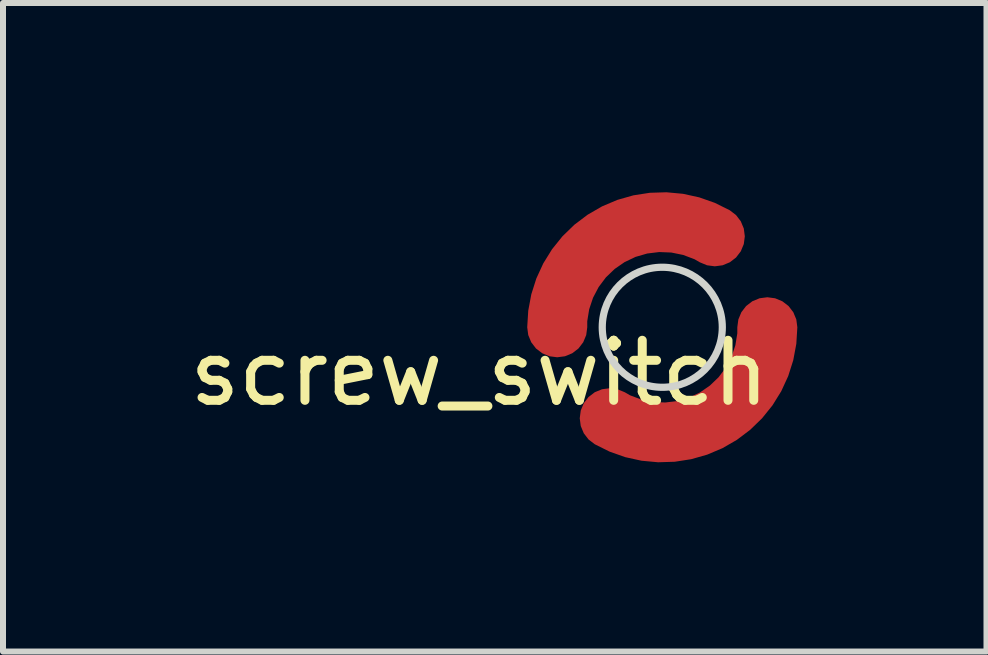
<source format=kicad_pcb>
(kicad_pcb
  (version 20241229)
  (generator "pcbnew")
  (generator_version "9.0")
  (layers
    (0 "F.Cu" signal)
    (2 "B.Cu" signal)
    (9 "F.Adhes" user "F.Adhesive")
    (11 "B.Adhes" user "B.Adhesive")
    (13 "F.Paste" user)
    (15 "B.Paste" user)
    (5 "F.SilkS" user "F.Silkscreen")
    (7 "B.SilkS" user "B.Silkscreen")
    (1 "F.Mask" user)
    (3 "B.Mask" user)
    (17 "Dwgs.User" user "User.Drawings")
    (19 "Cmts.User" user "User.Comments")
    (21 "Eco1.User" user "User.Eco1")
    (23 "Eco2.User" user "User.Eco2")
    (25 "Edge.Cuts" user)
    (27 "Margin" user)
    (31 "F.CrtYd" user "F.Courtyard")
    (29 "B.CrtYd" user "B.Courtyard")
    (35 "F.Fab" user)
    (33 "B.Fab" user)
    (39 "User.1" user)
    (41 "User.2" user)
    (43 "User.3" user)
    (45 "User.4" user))
  (footprint "screw_switch"
    (layer "F.Cu")
    (at 7.983 2.402)
    (property "Reference" "screw_switch" (at -3.048 0.762 0) (unlocked yes) (layer "F.SilkS") (effects (font (size 1 1) (thickness 0.15))))
    (fp_circle (center 0 0) (end 2.342 0) (stroke (width 0.12) (type solid)) (fill yes) (layer "F.Mask"))
    (fp_circle (center 0 0) (end 1 0) (stroke (width 0.12) (type solid)) (fill no) (layer "Edge.Cuts"))
    (pad "1" smd custom (at 0 0) (size 0.001 0.001) (layers "F.Cu") (options (anchor circle)) (primitives (gr_arc (start 1.75 0) (mid 0.875 1.515545) (end -0.875 1.515544) (width 1))))
    (pad "2" smd custom (at 0 0 180) (size 0.001 0.001) (layers "F.Cu") (options (anchor circle)) (primitives (gr_arc (start 1.75 0) (mid 0.875 1.515545) (end -0.875 1.515544) (width 1)))))
  (gr_rect
    (start -3 -3)
    (end 13.384 7.804)
    (stroke (width 0.1) (type default))
    (fill no)
    (layer "Edge.Cuts")))
</source>
